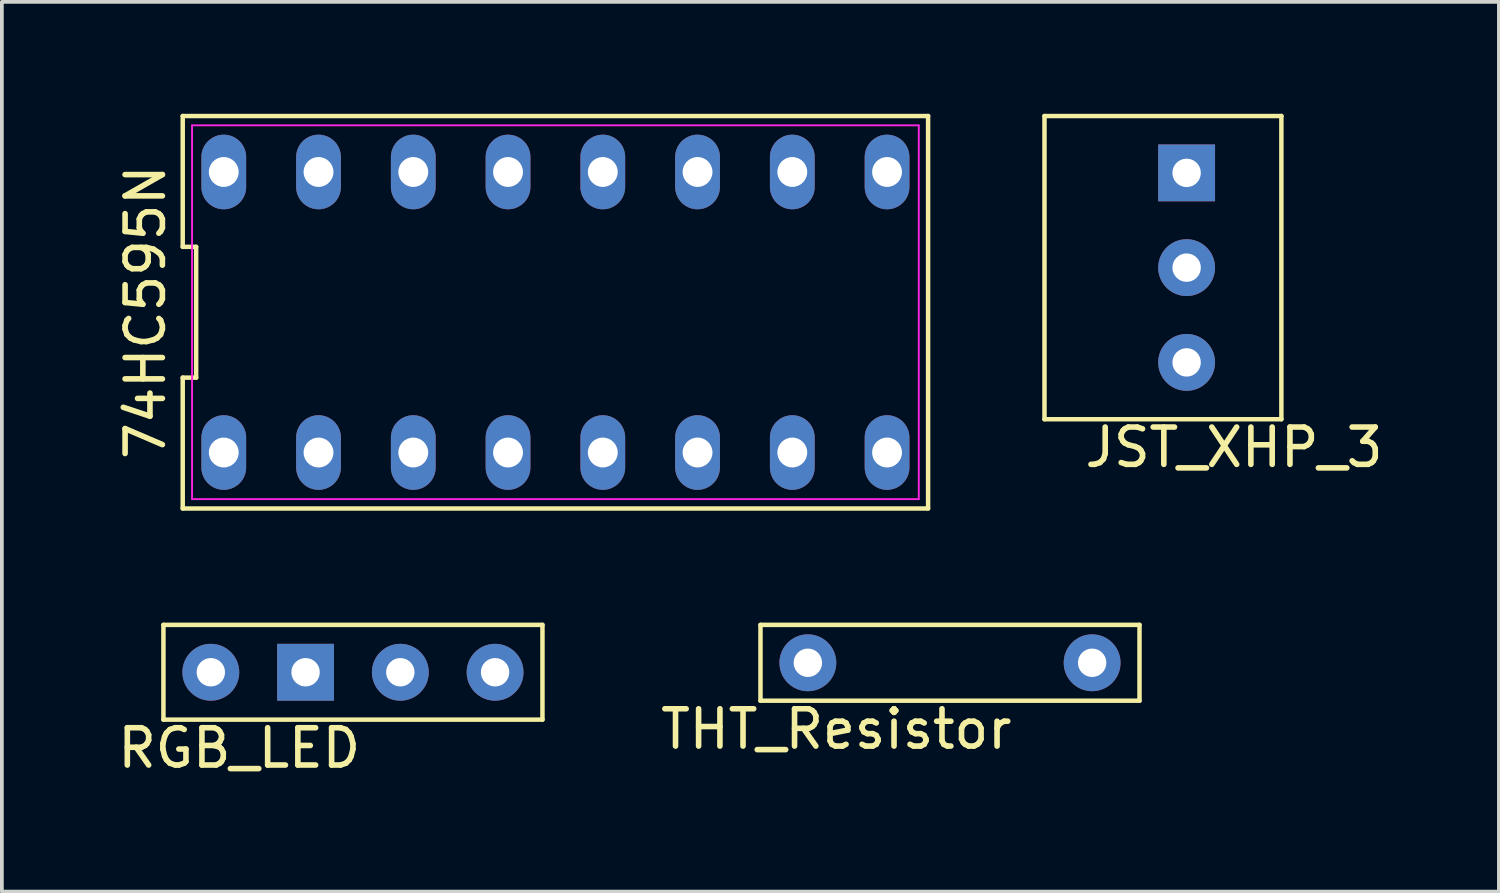
<source format=kicad_pcb>
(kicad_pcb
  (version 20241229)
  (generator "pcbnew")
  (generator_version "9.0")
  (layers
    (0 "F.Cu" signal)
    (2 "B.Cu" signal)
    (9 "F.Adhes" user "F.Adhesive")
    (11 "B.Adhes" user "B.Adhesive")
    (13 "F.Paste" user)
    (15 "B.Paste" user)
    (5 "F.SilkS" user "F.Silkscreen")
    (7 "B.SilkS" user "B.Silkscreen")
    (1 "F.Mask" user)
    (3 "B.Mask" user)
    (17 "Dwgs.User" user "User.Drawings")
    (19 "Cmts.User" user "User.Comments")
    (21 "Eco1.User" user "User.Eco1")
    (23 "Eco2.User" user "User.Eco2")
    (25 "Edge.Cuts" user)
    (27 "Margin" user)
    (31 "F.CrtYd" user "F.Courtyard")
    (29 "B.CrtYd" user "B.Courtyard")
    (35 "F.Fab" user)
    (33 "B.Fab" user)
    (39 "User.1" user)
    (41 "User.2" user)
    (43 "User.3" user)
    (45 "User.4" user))
  (footprint "THT_Resistor"
    (layer "F.Cu")
    (at 18.605 14.716)
    (property "Reference" "THT_Resistor" (at 0.762 1.778 0) (layer "F.SilkS") (effects (font (size 1 1) (thickness 0.15))))
    (attr through_hole)
    (fp_line (start -1.27 -1.016) (end 8.89 -1.016) (stroke (width 0.12) (type solid)) (layer "F.SilkS"))
    (fp_line (start -1.27 1.016) (end -1.27 -1.016) (stroke (width 0.12) (type solid)) (layer "F.SilkS"))
    (fp_line (start 8.89 -1.016) (end 8.89 1.016) (stroke (width 0.12) (type solid)) (layer "F.SilkS"))
    (fp_line (start 8.89 1.016) (end -1.27 1.016) (stroke (width 0.12) (type solid)) (layer "F.SilkS"))
    (pad "1" thru_hole circle (at 0 0) (size 1.524 1.524) (drill 0.762) (layers "*.Cu" "*.Mask"))
    (pad "2" thru_hole circle (at 7.62 0) (size 1.524 1.524) (drill 0.762) (layers "*.Cu" "*.Mask")))
  (footprint "74HC595N"
    (layer "F.Cu")
    (at 11.838 5.32)
    (property "Reference" "74HC595N" (at -10.99 0 90) (layer "F.SilkS") (effects (font (size 1 1) (thickness 0.15))))
    (attr through_hole)
    (fp_line (start -9.99 -5.26) (end -9.99 -1.753) (stroke (width 0.12) (type solid)) (layer "F.SilkS"))
    (fp_line (start -9.99 -1.753) (end -9.63 -1.753) (stroke (width 0.12) (type solid)) (layer "F.SilkS"))
    (fp_line (start -9.99 1.753) (end -9.99 5.26) (stroke (width 0.12) (type solid)) (layer "F.SilkS"))
    (fp_line (start -9.99 5.26) (end 9.99 5.26) (stroke (width 0.12) (type solid)) (layer "F.SilkS"))
    (fp_line (start -9.63 -1.753) (end -9.63 1.753) (stroke (width 0.12) (type solid)) (layer "F.SilkS"))
    (fp_line (start -9.63 1.753) (end -9.99 1.753) (stroke (width 0.12) (type solid)) (layer "F.SilkS"))
    (fp_line (start 9.99 -5.26) (end -9.99 -5.26) (stroke (width 0.12) (type solid)) (layer "F.SilkS"))
    (fp_line (start 9.99 5.26) (end 9.99 -5.26) (stroke (width 0.12) (type solid)) (layer "F.SilkS"))
    (fp_line (start -9.74 -5.01) (end 9.74 -5.01) (stroke (width 0.05) (type solid)) (layer "F.CrtYd"))
    (fp_line (start -9.74 5.01) (end -9.74 -5.01) (stroke (width 0.05) (type solid)) (layer "F.CrtYd"))
    (fp_line (start 9.74 -5.01) (end 9.74 5.01) (stroke (width 0.05) (type solid)) (layer "F.CrtYd"))
    (fp_line (start 9.74 5.01) (end -9.74 5.01) (stroke (width 0.05) (type solid)) (layer "F.CrtYd"))
    (pad "1" thru_hole oval (at -8.89 3.76) (size 1.2 2) (drill 0.8) (layers "*.Cu" "*.Mask"))
    (pad "2" thru_hole oval (at -6.35 3.76) (size 1.2 2) (drill 0.8) (layers "*.Cu" "*.Mask"))
    (pad "3" thru_hole oval (at -3.81 3.76) (size 1.2 2) (drill 0.8) (layers "*.Cu" "*.Mask"))
    (pad "4" thru_hole oval (at -1.27 3.76) (size 1.2 2) (drill 0.8) (layers "*.Cu" "*.Mask"))
    (pad "5" thru_hole oval (at 1.27 3.76) (size 1.2 2) (drill 0.8) (layers "*.Cu" "*.Mask"))
    (pad "6" thru_hole oval (at 3.81 3.76) (size 1.2 2) (drill 0.8) (layers "*.Cu" "*.Mask"))
    (pad "7" thru_hole oval (at 6.35 3.76) (size 1.2 2) (drill 0.8) (layers "*.Cu" "*.Mask"))
    (pad "8" thru_hole oval (at 8.89 3.76) (size 1.2 2) (drill 0.8) (layers "*.Cu" "*.Mask"))
    (pad "9" thru_hole oval (at 8.89 -3.76) (size 1.2 2) (drill 0.8) (layers "*.Cu" "*.Mask"))
    (pad "10" thru_hole oval (at 6.35 -3.76) (size 1.2 2) (drill 0.8) (layers "*.Cu" "*.Mask"))
    (pad "11" thru_hole oval (at 3.81 -3.76) (size 1.2 2) (drill 0.8) (layers "*.Cu" "*.Mask"))
    (pad "12" thru_hole oval (at 1.27 -3.76) (size 1.2 2) (drill 0.8) (layers "*.Cu" "*.Mask"))
    (pad "13" thru_hole oval (at -1.27 -3.76) (size 1.2 2) (drill 0.8) (layers "*.Cu" "*.Mask"))
    (pad "14" thru_hole oval (at -3.81 -3.76) (size 1.2 2) (drill 0.8) (layers "*.Cu" "*.Mask"))
    (pad "15" thru_hole oval (at -6.35 -3.76) (size 1.2 2) (drill 0.8) (layers "*.Cu" "*.Mask"))
    (pad "16" thru_hole oval (at -8.89 -3.76) (size 1.2 2) (drill 0.8) (layers "*.Cu" "*.Mask")))
  (footprint "RGB_LED"
    (layer "F.Cu")
    (at 2.601 14.97)
    (property "Reference" "RGB_LED" (at 0.762 2.032 0) (layer "F.SilkS") (effects (font (size 1 1) (thickness 0.15))))
    (attr through_hole)
    (fp_line (start -1.27 -1.27) (end 8.89 -1.27) (stroke (width 0.12) (type solid)) (layer "F.SilkS"))
    (fp_line (start -1.27 1.27) (end -1.27 -1.27) (stroke (width 0.12) (type solid)) (layer "F.SilkS"))
    (fp_line (start 8.89 -1.27) (end 8.89 1.27) (stroke (width 0.12) (type solid)) (layer "F.SilkS"))
    (fp_line (start 8.89 1.27) (end -1.27 1.27) (stroke (width 0.12) (type solid)) (layer "F.SilkS"))
    (pad "1" thru_hole circle (at 0 0) (size 1.524 1.524) (drill 0.762) (layers "*.Cu" "*.Mask"))
    (pad "2" thru_hole circle (at 5.08 0) (size 1.524 1.524) (drill 0.762) (layers "*.Cu" "*.Mask"))
    (pad "3" thru_hole circle (at 7.62 0) (size 1.524 1.524) (drill 0.762) (layers "*.Cu" "*.Mask"))
    (pad "4" thru_hole rect (at 2.54 0) (size 1.524 1.524) (drill 0.762) (layers "*.Cu" "*.Mask")))
  (footprint "JST_XHP_3"
    (layer "F.Cu")
    (at 28.758 1.584)
    (property "Reference" "JST_XHP_3" (at 1.27 7.358 0) (layer "F.SilkS") (effects (font (size 1 1) (thickness 0.15))))
    (attr through_hole)
    (fp_line (start -3.81 -1.524) (end 2.54 -1.524) (stroke (width 0.12) (type solid)) (layer "F.SilkS"))
    (fp_line (start -3.81 6.604) (end -3.81 -1.524) (stroke (width 0.12) (type solid)) (layer "F.SilkS"))
    (fp_line (start 2.54 -1.524) (end 2.54 6.604) (stroke (width 0.12) (type solid)) (layer "F.SilkS"))
    (fp_line (start 2.54 6.604) (end -3.81 6.604) (stroke (width 0.12) (type solid)) (layer "F.SilkS"))
    (pad "1" thru_hole rect (at 0 0) (size 1.524 1.524) (drill 0.762) (layers "*.Cu" "*.Mask"))
    (pad "2" thru_hole circle (at 0 2.54) (size 1.524 1.524) (drill 0.762) (layers "*.Cu" "*.Mask"))
    (pad "3" thru_hole circle (at 0 5.08) (size 1.524 1.524) (drill 0.762) (layers "*.Cu" "*.Mask")))
  (gr_rect
    (start -3 -3)
    (end 37.129 20.85)
    (stroke (width 0.1) (type default))
    (fill no)
    (layer "Edge.Cuts")))
</source>
